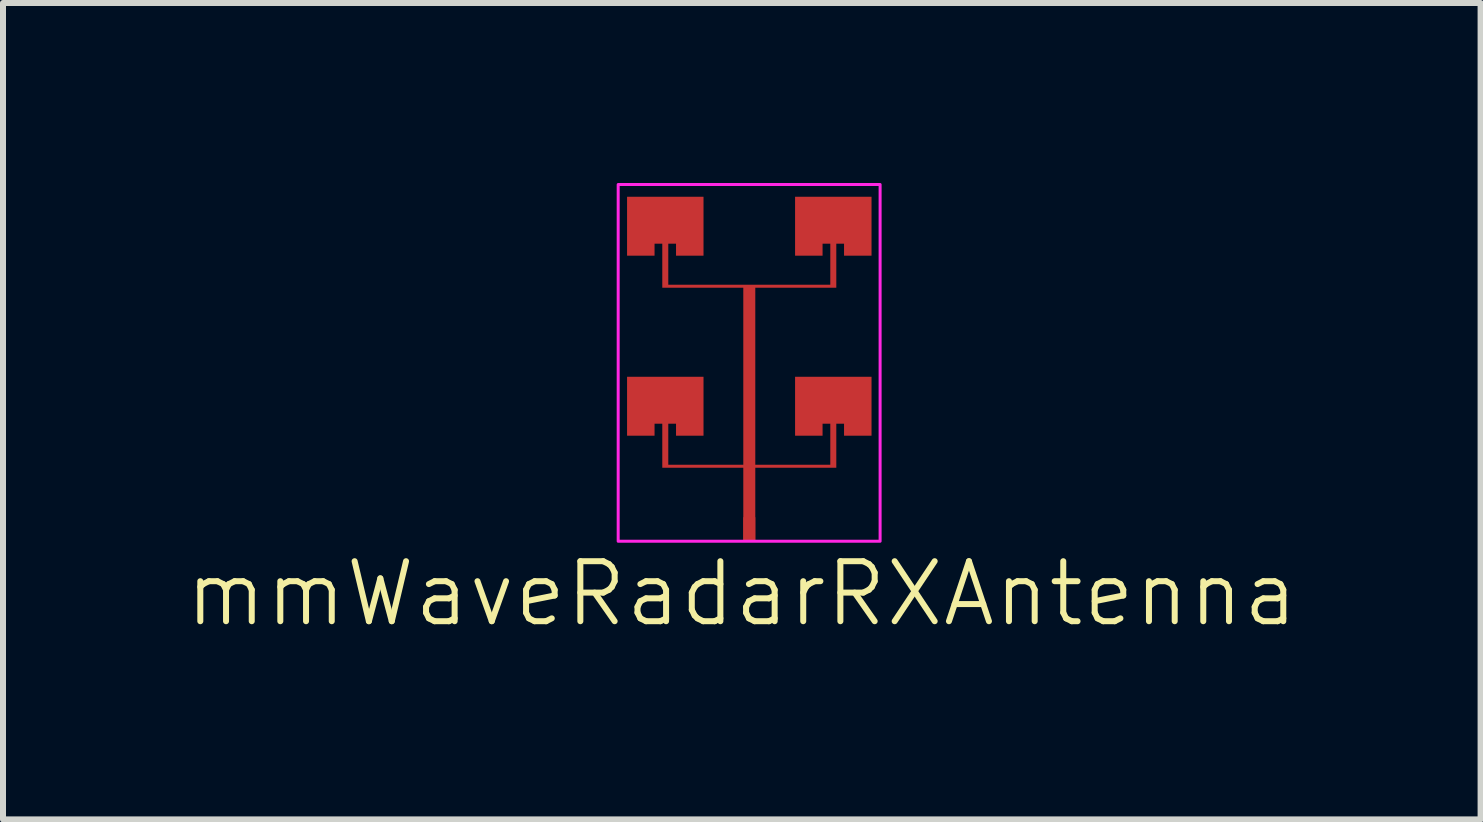
<source format=kicad_pcb>
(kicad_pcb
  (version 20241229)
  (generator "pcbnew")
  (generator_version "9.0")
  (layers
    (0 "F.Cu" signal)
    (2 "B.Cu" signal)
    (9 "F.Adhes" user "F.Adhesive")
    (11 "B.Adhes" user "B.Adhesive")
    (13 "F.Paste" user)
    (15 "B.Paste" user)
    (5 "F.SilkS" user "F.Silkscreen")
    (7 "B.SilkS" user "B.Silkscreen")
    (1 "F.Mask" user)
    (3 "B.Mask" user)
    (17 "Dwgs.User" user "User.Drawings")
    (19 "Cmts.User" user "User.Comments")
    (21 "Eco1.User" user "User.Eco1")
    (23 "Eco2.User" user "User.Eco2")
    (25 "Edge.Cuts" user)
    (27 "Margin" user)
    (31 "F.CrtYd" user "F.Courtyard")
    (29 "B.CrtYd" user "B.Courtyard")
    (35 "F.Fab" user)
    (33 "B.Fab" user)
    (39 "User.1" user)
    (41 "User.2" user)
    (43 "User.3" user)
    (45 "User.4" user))
  (footprint "mmWaveRadarRXAntenna"
    (layer "F.Cu")
    (at 9.437 5.97)
    (property "Reference" "mmWaveRadarRXAntenna" (at -0.125 0.875 0) (unlocked yes) (layer "F.SilkS") (effects (font (size 1 1) (thickness 0.1))))
    (attr smd allow_soldermask_bridges)
    (fp_poly (pts (xy -1.45 -1.225) (xy -1.45 -1.959) (xy -1.579 -1.959) (xy -1.579 -1.759) (xy -2.037 -1.759) (xy -2.037 -2.741) (xy -0.763 -2.741) (xy -0.763 -1.759) (xy -1.221 -1.759) (xy -1.221 -1.959) (xy -1.35 -1.959) (xy -1.35 -1.275) (xy -0.1 -1.275) (xy -0.1 -4.225) (xy -1.45 -4.225) (xy -1.45 -4.959) (xy -1.579 -4.959) (xy -1.579 -4.759) (xy -2.037 -4.759) (xy -2.037 -5.741) (xy -0.763 -5.741) (xy -0.763 -4.759) (xy -1.221 -4.759) (xy -1.221 -4.959) (xy -1.35 -4.959) (xy -1.35 -4.275) (xy 1.35 -4.275) (xy 1.35 -4.959) (xy 1.221 -4.959) (xy 1.221 -4.759) (xy 0.763 -4.759) (xy 0.763 -5.741) (xy 2.037 -5.741) (xy 2.037 -4.759) (xy 1.579 -4.759) (xy 1.579 -4.959) (xy 1.45 -4.959) (xy 1.45 -4.225) (xy 0.1 -4.225) (xy 0.1 -1.275) (xy 1.35 -1.275) (xy 1.35 -1.959) (xy 1.221 -1.959) (xy 1.221 -1.759) (xy 0.763 -1.759) (xy 0.763 -2.741) (xy 2.037 -2.741) (xy 2.037 -1.759) (xy 1.579 -1.759) (xy 1.579 -1.959) (xy 1.45 -1.959) (xy 1.45 -1.225) (xy 0.1 -1.225) (xy 0.1 0) (xy -0.1 0) (xy -0.1 -1.225)) (stroke (width 0) (type solid)) (fill yes) (layer "F.Cu"))
    (fp_rect (start -2.185 -5.945) (end 2.19 0) (stroke (width 0) (type solid)) (fill yes) (layer "F.Mask"))
    (fp_rect (start -2.185 -5.945) (end 2.18 0) (stroke (width 0.05) (type default)) (fill no) (layer "F.CrtYd"))
    (pad "1" connect rect (at 0 -0.2) (size 0.2 0.4) (layers "F.Cu" "F.Mask")))
  (gr_rect
    (start -3 -3)
    (end 21.624 10.605)
    (stroke (width 0.1) (type default))
    (fill no)
    (layer "Edge.Cuts")))
</source>
